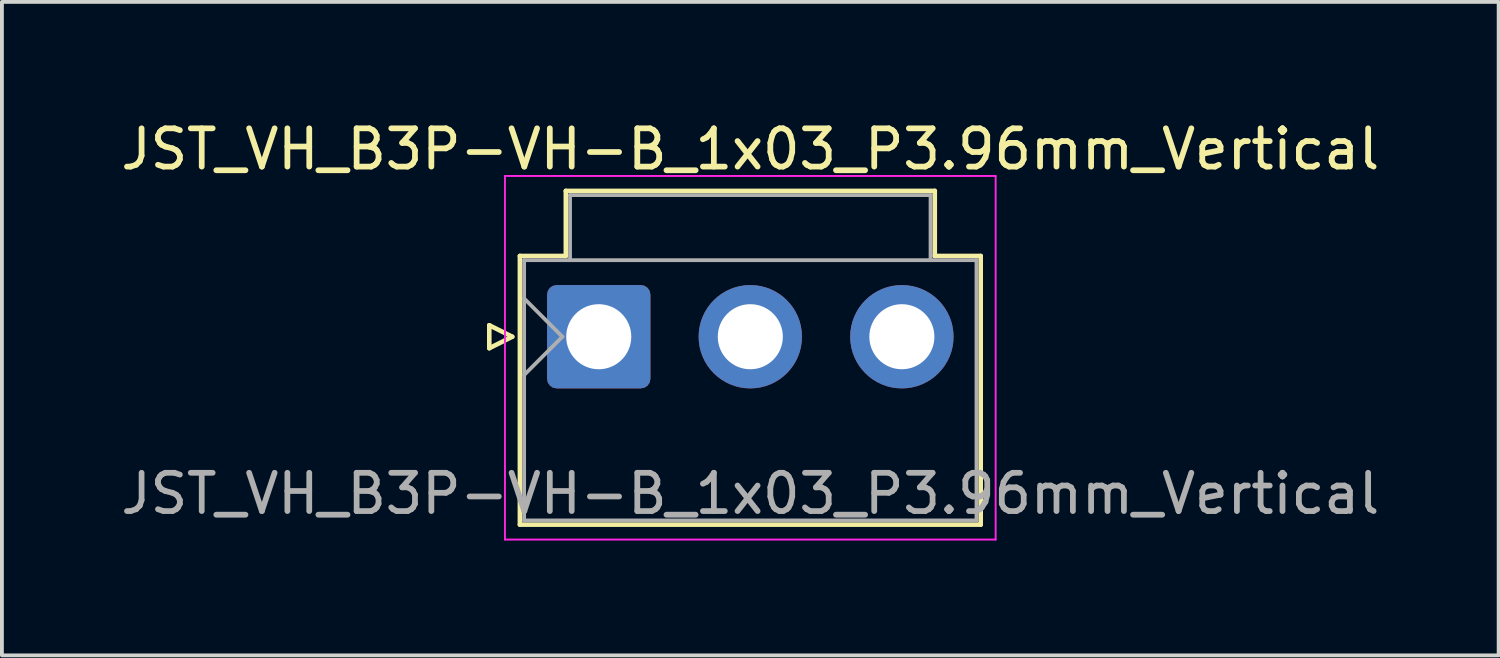
<source format=kicad_pcb>
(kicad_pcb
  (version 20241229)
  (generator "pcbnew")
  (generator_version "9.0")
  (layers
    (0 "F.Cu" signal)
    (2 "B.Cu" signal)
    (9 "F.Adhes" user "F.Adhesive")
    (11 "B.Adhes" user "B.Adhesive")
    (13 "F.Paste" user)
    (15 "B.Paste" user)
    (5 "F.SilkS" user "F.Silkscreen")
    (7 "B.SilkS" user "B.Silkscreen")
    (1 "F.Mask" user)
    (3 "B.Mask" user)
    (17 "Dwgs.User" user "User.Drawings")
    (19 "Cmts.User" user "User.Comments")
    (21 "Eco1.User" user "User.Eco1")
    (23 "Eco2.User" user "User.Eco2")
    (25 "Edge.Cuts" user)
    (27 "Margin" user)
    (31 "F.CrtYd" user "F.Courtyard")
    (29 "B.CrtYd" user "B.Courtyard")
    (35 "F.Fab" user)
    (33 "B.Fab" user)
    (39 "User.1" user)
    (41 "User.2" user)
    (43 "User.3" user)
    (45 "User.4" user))
  (footprint "JST_VH_B3P-VH-B_1x03_P3.96mm_Vertical"
    (layer "F.Cu")
    (at 12.594 5.748)
    (property "Reference" "JST_VH_B3P-VH-B_1x03_P3.96mm_Vertical" (at 3.96 -4.9 0) (layer "F.SilkS") (effects (font (size 1 1) (thickness 0.15))))
    (attr through_hole)
    (fp_line (start -2.86 -0.3) (end -2.26 0) (stroke (width 0.12) (type solid)) (layer "F.SilkS"))
    (fp_line (start -2.86 0.3) (end -2.86 -0.3) (stroke (width 0.12) (type solid)) (layer "F.SilkS"))
    (fp_line (start -2.26 0) (end -2.86 0.3) (stroke (width 0.12) (type solid)) (layer "F.SilkS"))
    (fp_line (start -2.06 -2.11) (end -0.86 -2.11) (stroke (width 0.12) (type solid)) (layer "F.SilkS"))
    (fp_line (start -2.06 4.91) (end -2.06 -2.11) (stroke (width 0.12) (type solid)) (layer "F.SilkS"))
    (fp_line (start -0.86 -3.81) (end 8.78 -3.81) (stroke (width 0.12) (type solid)) (layer "F.SilkS"))
    (fp_line (start -0.86 -2.11) (end -0.86 -3.81) (stroke (width 0.12) (type solid)) (layer "F.SilkS"))
    (fp_line (start 8.78 -3.81) (end 8.78 -2.11) (stroke (width 0.12) (type solid)) (layer "F.SilkS"))
    (fp_line (start 8.78 -2.11) (end 9.98 -2.11) (stroke (width 0.12) (type solid)) (layer "F.SilkS"))
    (fp_line (start 9.98 -2.11) (end 9.98 4.91) (stroke (width 0.12) (type solid)) (layer "F.SilkS"))
    (fp_line (start 9.98 4.91) (end -2.06 4.91) (stroke (width 0.12) (type solid)) (layer "F.SilkS"))
    (fp_line (start -2.45 -4.2) (end -2.45 5.3) (stroke (width 0.05) (type solid)) (layer "F.CrtYd"))
    (fp_line (start -2.45 5.3) (end 10.37 5.3) (stroke (width 0.05) (type solid)) (layer "F.CrtYd"))
    (fp_line (start 10.37 -4.2) (end -2.45 -4.2) (stroke (width 0.05) (type solid)) (layer "F.CrtYd"))
    (fp_line (start 10.37 5.3) (end 10.37 -4.2) (stroke (width 0.05) (type solid)) (layer "F.CrtYd"))
    (fp_line (start -1.95 -2) (end -1.95 4.8) (stroke (width 0.1) (type solid)) (layer "F.Fab"))
    (fp_line (start -1.95 -1) (end -0.95 0) (stroke (width 0.1) (type solid)) (layer "F.Fab"))
    (fp_line (start -1.95 1) (end -0.95 0) (stroke (width 0.1) (type solid)) (layer "F.Fab"))
    (fp_line (start -1.95 4.8) (end 9.87 4.8) (stroke (width 0.1) (type solid)) (layer "F.Fab"))
    (fp_line (start -0.75 -3.7) (end 8.67 -3.7) (stroke (width 0.1) (type solid)) (layer "F.Fab"))
    (fp_line (start -0.75 -2) (end -0.75 -3.7) (stroke (width 0.1) (type solid)) (layer "F.Fab"))
    (fp_line (start 8.67 -3.7) (end 8.67 -2) (stroke (width 0.1) (type solid)) (layer "F.Fab"))
    (fp_line (start 9.87 -2) (end -1.95 -2) (stroke (width 0.1) (type solid)) (layer "F.Fab"))
    (fp_line (start 9.87 4.8) (end 9.87 -2) (stroke (width 0.1) (type solid)) (layer "F.Fab"))
    (fp_text user "${REFERENCE}" (at 3.96 4.1 0) (layer "F.Fab") (effects (font (size 1 1) (thickness 0.15))))
    (pad "1" thru_hole roundrect (at 0 0) (size 2.7 2.7) (drill 1.7) (layers "*.Cu" "*.Mask") (roundrect_rratio 0.093))
    (pad "2" thru_hole circle (at 3.96 0) (size 2.7 2.7) (drill 1.7) (layers "*.Cu" "*.Mask"))
    (pad "3" thru_hole circle (at 7.92 0) (size 2.7 2.7) (drill 1.7) (layers "*.Cu" "*.Mask")))
  (gr_rect
    (start -3 -3)
    (end 36.107 14.073)
    (stroke (width 0.1) (type default))
    (fill no)
    (layer "Edge.Cuts")))
</source>
